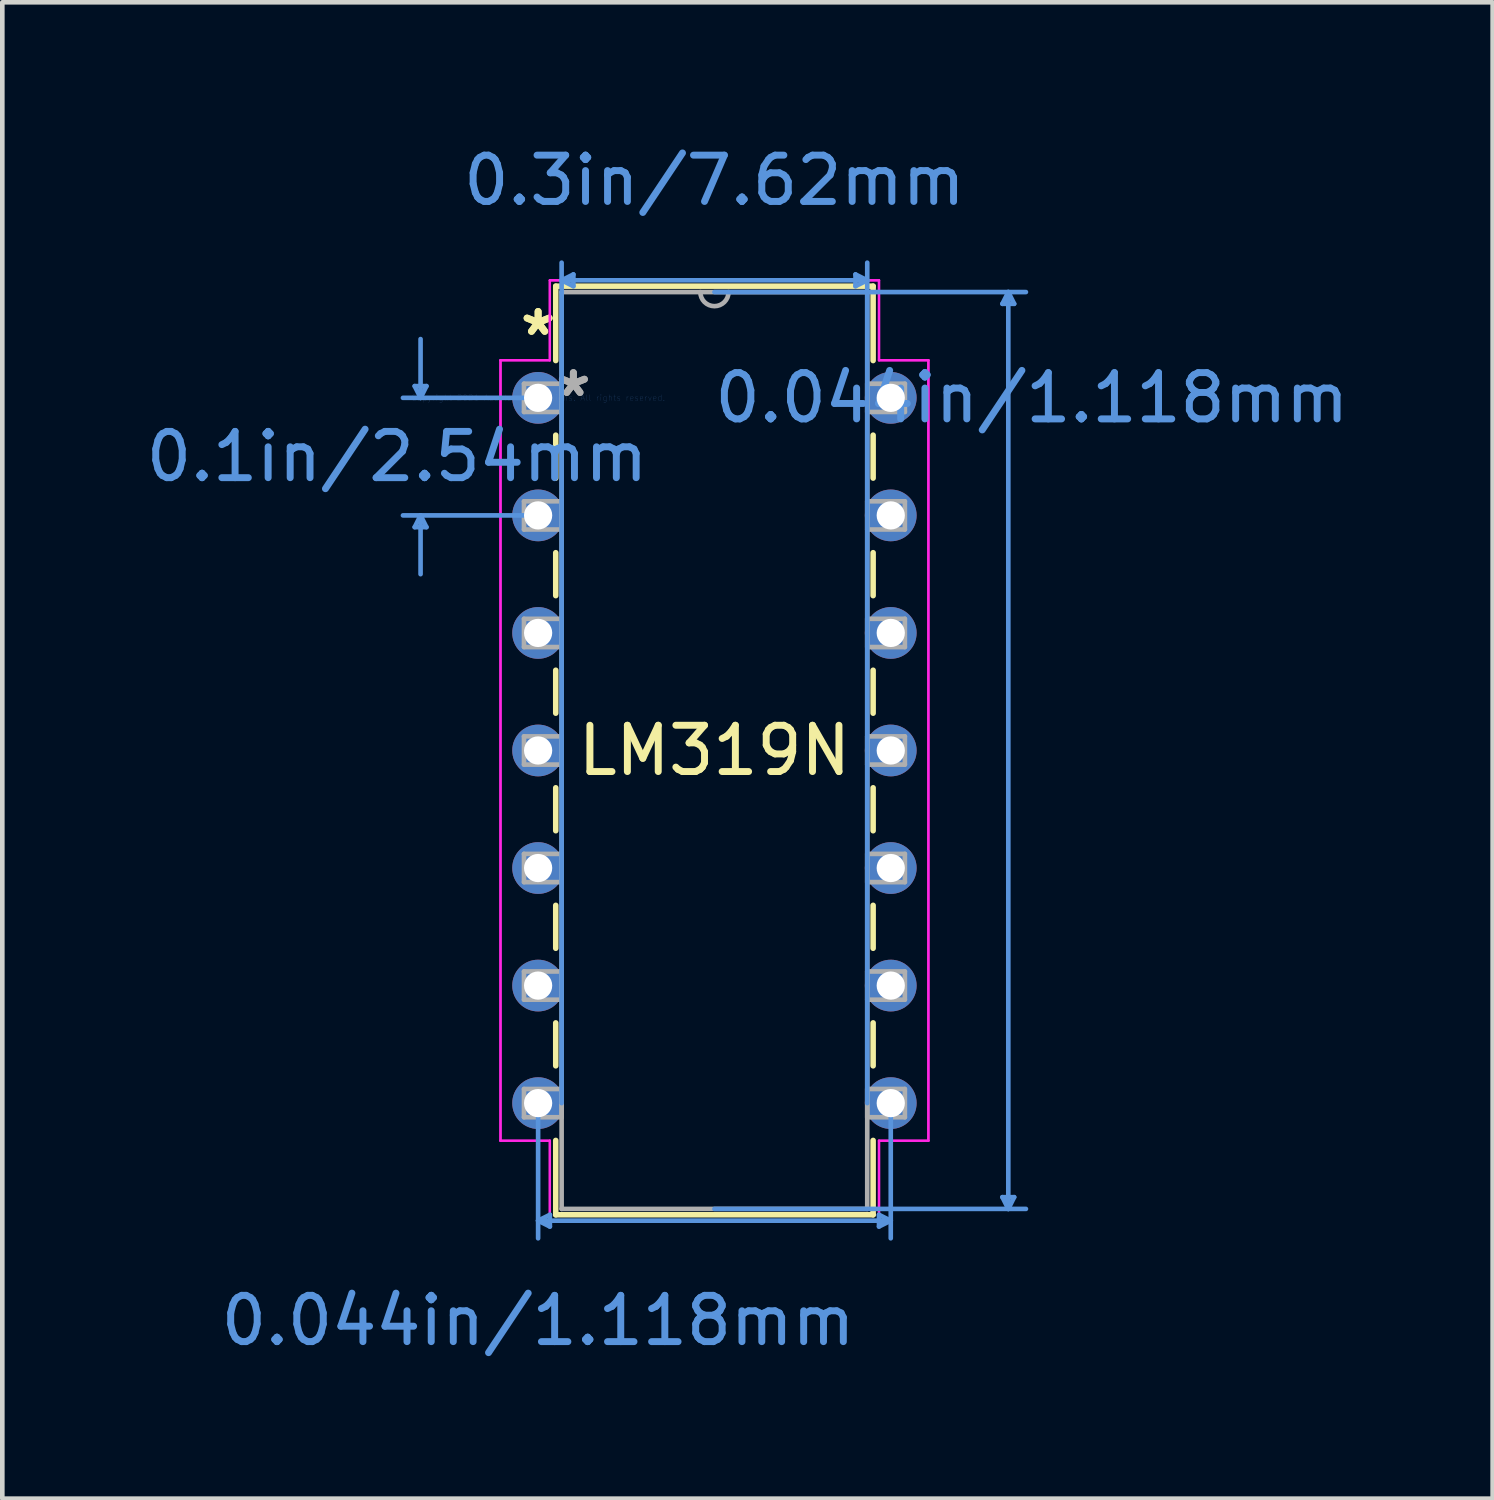
<source format=kicad_pcb>
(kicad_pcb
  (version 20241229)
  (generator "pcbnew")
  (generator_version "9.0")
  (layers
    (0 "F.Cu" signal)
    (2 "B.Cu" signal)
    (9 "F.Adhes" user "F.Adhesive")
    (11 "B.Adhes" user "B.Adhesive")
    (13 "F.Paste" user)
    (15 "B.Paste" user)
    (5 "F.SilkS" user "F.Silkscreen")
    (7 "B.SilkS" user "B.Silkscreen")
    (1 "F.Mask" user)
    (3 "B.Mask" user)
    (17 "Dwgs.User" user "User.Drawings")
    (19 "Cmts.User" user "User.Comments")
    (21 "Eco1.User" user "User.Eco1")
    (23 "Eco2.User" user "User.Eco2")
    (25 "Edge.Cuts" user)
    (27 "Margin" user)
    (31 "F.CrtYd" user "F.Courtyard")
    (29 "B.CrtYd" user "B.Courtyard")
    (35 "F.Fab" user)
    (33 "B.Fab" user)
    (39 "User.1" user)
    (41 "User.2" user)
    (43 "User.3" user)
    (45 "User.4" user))
  (footprint "LM319N"
    (layer "F.Cu")
    (at 8.578 5.547)
    (property "Reference" "LM319N" (at 3.81 7.62 0) (layer "F.SilkS") (effects (font (size 1 1) (thickness 0.15))))
    (attr through_hole)
    (fp_line (start 0.381 -2.413) (end 0.381 -0.806) (stroke (width 0.12) (type solid)) (layer "F.SilkS"))
    (fp_line (start 0.381 0.806) (end 0.381 1.734) (stroke (width 0.12) (type solid)) (layer "F.SilkS"))
    (fp_line (start 0.381 3.346) (end 0.381 4.274) (stroke (width 0.12) (type solid)) (layer "F.SilkS"))
    (fp_line (start 0.381 5.886) (end 0.381 6.814) (stroke (width 0.12) (type solid)) (layer "F.SilkS"))
    (fp_line (start 0.381 8.426) (end 0.381 9.354) (stroke (width 0.12) (type solid)) (layer "F.SilkS"))
    (fp_line (start 0.381 10.966) (end 0.381 11.894) (stroke (width 0.12) (type solid)) (layer "F.SilkS"))
    (fp_line (start 0.381 13.506) (end 0.381 14.434) (stroke (width 0.12) (type solid)) (layer "F.SilkS"))
    (fp_line (start 0.381 16.046) (end 0.381 17.653) (stroke (width 0.12) (type solid)) (layer "F.SilkS"))
    (fp_line (start 0.381 17.653) (end 7.239 17.653) (stroke (width 0.12) (type solid)) (layer "F.SilkS"))
    (fp_line (start 7.239 -2.413) (end 0.381 -2.413) (stroke (width 0.12) (type solid)) (layer "F.SilkS"))
    (fp_line (start 7.239 -0.806) (end 7.239 -2.413) (stroke (width 0.12) (type solid)) (layer "F.SilkS"))
    (fp_line (start 7.239 1.734) (end 7.239 0.806) (stroke (width 0.12) (type solid)) (layer "F.SilkS"))
    (fp_line (start 7.239 4.274) (end 7.239 3.346) (stroke (width 0.12) (type solid)) (layer "F.SilkS"))
    (fp_line (start 7.239 6.814) (end 7.239 5.886) (stroke (width 0.12) (type solid)) (layer "F.SilkS"))
    (fp_line (start 7.239 9.354) (end 7.239 8.426) (stroke (width 0.12) (type solid)) (layer "F.SilkS"))
    (fp_line (start 7.239 11.894) (end 7.239 10.966) (stroke (width 0.12) (type solid)) (layer "F.SilkS"))
    (fp_line (start 7.239 14.434) (end 7.239 13.506) (stroke (width 0.12) (type solid)) (layer "F.SilkS"))
    (fp_line (start 7.239 17.653) (end 7.239 16.046) (stroke (width 0.12) (type solid)) (layer "F.SilkS"))
    (fp_line (start -2.667 -0.254) (end -2.413 -0.254) (stroke (width 0.1) (type solid)) (layer "Cmts.User"))
    (fp_line (start -2.667 2.794) (end -2.413 2.794) (stroke (width 0.1) (type solid)) (layer "Cmts.User"))
    (fp_line (start -2.54 0) (end -2.667 -0.254) (stroke (width 0.1) (type solid)) (layer "Cmts.User"))
    (fp_line (start -2.54 0) (end -2.54 -1.27) (stroke (width 0.1) (type solid)) (layer "Cmts.User"))
    (fp_line (start -2.54 0) (end -2.413 -0.254) (stroke (width 0.1) (type solid)) (layer "Cmts.User"))
    (fp_line (start -2.54 2.54) (end -2.667 2.794) (stroke (width 0.1) (type solid)) (layer "Cmts.User"))
    (fp_line (start -2.54 2.54) (end -2.54 3.81) (stroke (width 0.1) (type solid)) (layer "Cmts.User"))
    (fp_line (start -2.54 2.54) (end -2.413 2.794) (stroke (width 0.1) (type solid)) (layer "Cmts.User"))
    (fp_line (start 0 0) (end -2.921 0) (stroke (width 0.1) (type solid)) (layer "Cmts.User"))
    (fp_line (start 0 2.54) (end -2.921 2.54) (stroke (width 0.1) (type solid)) (layer "Cmts.User"))
    (fp_line (start 0 15.24) (end 0 18.161) (stroke (width 0.1) (type solid)) (layer "Cmts.User"))
    (fp_line (start 0 17.78) (end 0.254 17.653) (stroke (width 0.1) (type solid)) (layer "Cmts.User"))
    (fp_line (start 0 17.78) (end 0.254 17.907) (stroke (width 0.1) (type solid)) (layer "Cmts.User"))
    (fp_line (start 0 17.78) (end 7.62 17.78) (stroke (width 0.1) (type solid)) (layer "Cmts.User"))
    (fp_line (start 0.254 17.653) (end 0.254 17.907) (stroke (width 0.1) (type solid)) (layer "Cmts.User"))
    (fp_line (start 0.508 -2.54) (end 0.762 -2.667) (stroke (width 0.1) (type solid)) (layer "Cmts.User"))
    (fp_line (start 0.508 -2.54) (end 0.762 -2.413) (stroke (width 0.1) (type solid)) (layer "Cmts.User"))
    (fp_line (start 0.508 -2.54) (end 7.112 -2.54) (stroke (width 0.1) (type solid)) (layer "Cmts.User"))
    (fp_line (start 0.508 15.24) (end 0.508 -2.921) (stroke (width 0.1) (type solid)) (layer "Cmts.User"))
    (fp_line (start 0.762 -2.667) (end 0.762 -2.413) (stroke (width 0.1) (type solid)) (layer "Cmts.User"))
    (fp_line (start 3.81 -2.286) (end 10.541 -2.286) (stroke (width 0.1) (type solid)) (layer "Cmts.User"))
    (fp_line (start 3.81 17.526) (end 10.541 17.526) (stroke (width 0.1) (type solid)) (layer "Cmts.User"))
    (fp_line (start 6.858 -2.667) (end 6.858 -2.413) (stroke (width 0.1) (type solid)) (layer "Cmts.User"))
    (fp_line (start 7.112 -2.54) (end 6.858 -2.667) (stroke (width 0.1) (type solid)) (layer "Cmts.User"))
    (fp_line (start 7.112 -2.54) (end 6.858 -2.413) (stroke (width 0.1) (type solid)) (layer "Cmts.User"))
    (fp_line (start 7.112 15.24) (end 7.112 -2.921) (stroke (width 0.1) (type solid)) (layer "Cmts.User"))
    (fp_line (start 7.366 17.653) (end 7.366 17.907) (stroke (width 0.1) (type solid)) (layer "Cmts.User"))
    (fp_line (start 7.62 15.24) (end 7.62 18.161) (stroke (width 0.1) (type solid)) (layer "Cmts.User"))
    (fp_line (start 7.62 17.78) (end 7.366 17.653) (stroke (width 0.1) (type solid)) (layer "Cmts.User"))
    (fp_line (start 7.62 17.78) (end 7.366 17.907) (stroke (width 0.1) (type solid)) (layer "Cmts.User"))
    (fp_line (start 10.033 -2.032) (end 10.287 -2.032) (stroke (width 0.1) (type solid)) (layer "Cmts.User"))
    (fp_line (start 10.033 17.272) (end 10.287 17.272) (stroke (width 0.1) (type solid)) (layer "Cmts.User"))
    (fp_line (start 10.16 -2.286) (end 10.033 -2.032) (stroke (width 0.1) (type solid)) (layer "Cmts.User"))
    (fp_line (start 10.16 -2.286) (end 10.16 17.526) (stroke (width 0.1) (type solid)) (layer "Cmts.User"))
    (fp_line (start 10.16 -2.286) (end 10.287 -2.032) (stroke (width 0.1) (type solid)) (layer "Cmts.User"))
    (fp_line (start 10.16 17.526) (end 10.033 17.272) (stroke (width 0.1) (type solid)) (layer "Cmts.User"))
    (fp_line (start 10.16 17.526) (end 10.287 17.272) (stroke (width 0.1) (type solid)) (layer "Cmts.User"))
    (fp_line (start -0.813 -0.813) (end -0.813 16.053) (stroke (width 0.05) (type solid)) (layer "F.CrtYd"))
    (fp_line (start -0.813 -0.813) (end 0.254 -0.813) (stroke (width 0.05) (type solid)) (layer "F.CrtYd"))
    (fp_line (start -0.813 16.053) (end -0.813 -0.813) (stroke (width 0.05) (type solid)) (layer "F.CrtYd"))
    (fp_line (start -0.813 16.053) (end 0.254 16.053) (stroke (width 0.05) (type solid)) (layer "F.CrtYd"))
    (fp_line (start 0.254 -2.54) (end 0.254 -0.813) (stroke (width 0.05) (type solid)) (layer "F.CrtYd"))
    (fp_line (start 0.254 -2.54) (end 7.366 -2.54) (stroke (width 0.05) (type solid)) (layer "F.CrtYd"))
    (fp_line (start 0.254 -0.813) (end -0.813 -0.813) (stroke (width 0.05) (type solid)) (layer "F.CrtYd"))
    (fp_line (start 0.254 -0.813) (end 0.254 -2.54) (stroke (width 0.05) (type solid)) (layer "F.CrtYd"))
    (fp_line (start 0.254 16.053) (end -0.813 16.053) (stroke (width 0.05) (type solid)) (layer "F.CrtYd"))
    (fp_line (start 0.254 16.053) (end 0.254 17.78) (stroke (width 0.05) (type solid)) (layer "F.CrtYd"))
    (fp_line (start 0.254 17.78) (end 0.254 16.053) (stroke (width 0.05) (type solid)) (layer "F.CrtYd"))
    (fp_line (start 0.254 17.78) (end 7.366 17.78) (stroke (width 0.05) (type solid)) (layer "F.CrtYd"))
    (fp_line (start 7.366 -2.54) (end 0.254 -2.54) (stroke (width 0.05) (type solid)) (layer "F.CrtYd"))
    (fp_line (start 7.366 -2.54) (end 7.366 -0.813) (stroke (width 0.05) (type solid)) (layer "F.CrtYd"))
    (fp_line (start 7.366 -0.813) (end 7.366 -2.54) (stroke (width 0.05) (type solid)) (layer "F.CrtYd"))
    (fp_line (start 7.366 16.053) (end 7.366 17.78) (stroke (width 0.05) (type solid)) (layer "F.CrtYd"))
    (fp_line (start 7.366 16.053) (end 8.433 16.053) (stroke (width 0.05) (type solid)) (layer "F.CrtYd"))
    (fp_line (start 7.366 17.78) (end 0.254 17.78) (stroke (width 0.05) (type solid)) (layer "F.CrtYd"))
    (fp_line (start 7.366 17.78) (end 7.366 16.053) (stroke (width 0.05) (type solid)) (layer "F.CrtYd"))
    (fp_line (start 8.433 -0.813) (end 7.366 -0.813) (stroke (width 0.05) (type solid)) (layer "F.CrtYd"))
    (fp_line (start 8.433 -0.813) (end 7.366 -0.813) (stroke (width 0.05) (type solid)) (layer "F.CrtYd"))
    (fp_line (start 8.433 -0.813) (end 8.433 16.053) (stroke (width 0.05) (type solid)) (layer "F.CrtYd"))
    (fp_line (start 8.433 16.053) (end 7.366 16.053) (stroke (width 0.05) (type solid)) (layer "F.CrtYd"))
    (fp_line (start 8.433 16.053) (end 8.433 -0.813) (stroke (width 0.05) (type solid)) (layer "F.CrtYd"))
    (fp_line (start -0.305 -0.305) (end -0.305 0.305) (stroke (width 0.1) (type solid)) (layer "F.Fab"))
    (fp_line (start -0.305 0.305) (end 0.508 0.305) (stroke (width 0.1) (type solid)) (layer "F.Fab"))
    (fp_line (start -0.305 2.235) (end -0.305 2.845) (stroke (width 0.1) (type solid)) (layer "F.Fab"))
    (fp_line (start -0.305 2.845) (end 0.508 2.845) (stroke (width 0.1) (type solid)) (layer "F.Fab"))
    (fp_line (start -0.305 4.775) (end -0.305 5.385) (stroke (width 0.1) (type solid)) (layer "F.Fab"))
    (fp_line (start -0.305 5.385) (end 0.508 5.385) (stroke (width 0.1) (type solid)) (layer "F.Fab"))
    (fp_line (start -0.305 7.315) (end -0.305 7.925) (stroke (width 0.1) (type solid)) (layer "F.Fab"))
    (fp_line (start -0.305 7.925) (end 0.508 7.925) (stroke (width 0.1) (type solid)) (layer "F.Fab"))
    (fp_line (start -0.305 9.855) (end -0.305 10.465) (stroke (width 0.1) (type solid)) (layer "F.Fab"))
    (fp_line (start -0.305 10.465) (end 0.508 10.465) (stroke (width 0.1) (type solid)) (layer "F.Fab"))
    (fp_line (start -0.305 12.395) (end -0.305 13.005) (stroke (width 0.1) (type solid)) (layer "F.Fab"))
    (fp_line (start -0.305 13.005) (end 0.508 13.005) (stroke (width 0.1) (type solid)) (layer "F.Fab"))
    (fp_line (start -0.305 14.935) (end -0.305 15.545) (stroke (width 0.1) (type solid)) (layer "F.Fab"))
    (fp_line (start -0.305 15.545) (end 0.508 15.545) (stroke (width 0.1) (type solid)) (layer "F.Fab"))
    (fp_line (start 0.508 -2.286) (end 0.508 17.526) (stroke (width 0.1) (type solid)) (layer "F.Fab"))
    (fp_line (start 0.508 -0.305) (end -0.305 -0.305) (stroke (width 0.1) (type solid)) (layer "F.Fab"))
    (fp_line (start 0.508 0.305) (end 0.508 -0.305) (stroke (width 0.1) (type solid)) (layer "F.Fab"))
    (fp_line (start 0.508 2.235) (end -0.305 2.235) (stroke (width 0.1) (type solid)) (layer "F.Fab"))
    (fp_line (start 0.508 2.845) (end 0.508 2.235) (stroke (width 0.1) (type solid)) (layer "F.Fab"))
    (fp_line (start 0.508 4.775) (end -0.305 4.775) (stroke (width 0.1) (type solid)) (layer "F.Fab"))
    (fp_line (start 0.508 5.385) (end 0.508 4.775) (stroke (width 0.1) (type solid)) (layer "F.Fab"))
    (fp_line (start 0.508 7.315) (end -0.305 7.315) (stroke (width 0.1) (type solid)) (layer "F.Fab"))
    (fp_line (start 0.508 7.925) (end 0.508 7.315) (stroke (width 0.1) (type solid)) (layer "F.Fab"))
    (fp_line (start 0.508 9.855) (end -0.305 9.855) (stroke (width 0.1) (type solid)) (layer "F.Fab"))
    (fp_line (start 0.508 10.465) (end 0.508 9.855) (stroke (width 0.1) (type solid)) (layer "F.Fab"))
    (fp_line (start 0.508 12.395) (end -0.305 12.395) (stroke (width 0.1) (type solid)) (layer "F.Fab"))
    (fp_line (start 0.508 13.005) (end 0.508 12.395) (stroke (width 0.1) (type solid)) (layer "F.Fab"))
    (fp_line (start 0.508 14.935) (end -0.305 14.935) (stroke (width 0.1) (type solid)) (layer "F.Fab"))
    (fp_line (start 0.508 15.545) (end 0.508 14.935) (stroke (width 0.1) (type solid)) (layer "F.Fab"))
    (fp_line (start 0.508 17.526) (end 7.112 17.526) (stroke (width 0.1) (type solid)) (layer "F.Fab"))
    (fp_line (start 7.112 -2.286) (end 0.508 -2.286) (stroke (width 0.1) (type solid)) (layer "F.Fab"))
    (fp_line (start 7.112 -0.305) (end 7.112 0.305) (stroke (width 0.1) (type solid)) (layer "F.Fab"))
    (fp_line (start 7.112 0.305) (end 7.925 0.305) (stroke (width 0.1) (type solid)) (layer "F.Fab"))
    (fp_line (start 7.112 2.235) (end 7.112 2.845) (stroke (width 0.1) (type solid)) (layer "F.Fab"))
    (fp_line (start 7.112 2.845) (end 7.925 2.845) (stroke (width 0.1) (type solid)) (layer "F.Fab"))
    (fp_line (start 7.112 4.775) (end 7.112 5.385) (stroke (width 0.1) (type solid)) (layer "F.Fab"))
    (fp_line (start 7.112 5.385) (end 7.925 5.385) (stroke (width 0.1) (type solid)) (layer "F.Fab"))
    (fp_line (start 7.112 7.315) (end 7.112 7.925) (stroke (width 0.1) (type solid)) (layer "F.Fab"))
    (fp_line (start 7.112 7.925) (end 7.925 7.925) (stroke (width 0.1) (type solid)) (layer "F.Fab"))
    (fp_line (start 7.112 9.855) (end 7.112 10.465) (stroke (width 0.1) (type solid)) (layer "F.Fab"))
    (fp_line (start 7.112 10.465) (end 7.925 10.465) (stroke (width 0.1) (type solid)) (layer "F.Fab"))
    (fp_line (start 7.112 12.395) (end 7.112 13.005) (stroke (width 0.1) (type solid)) (layer "F.Fab"))
    (fp_line (start 7.112 13.005) (end 7.925 13.005) (stroke (width 0.1) (type solid)) (layer "F.Fab"))
    (fp_line (start 7.112 14.935) (end 7.112 15.545) (stroke (width 0.1) (type solid)) (layer "F.Fab"))
    (fp_line (start 7.112 15.545) (end 7.925 15.545) (stroke (width 0.1) (type solid)) (layer "F.Fab"))
    (fp_line (start 7.112 17.526) (end 7.112 -2.286) (stroke (width 0.1) (type solid)) (layer "F.Fab"))
    (fp_line (start 7.925 -0.305) (end 7.112 -0.305) (stroke (width 0.1) (type solid)) (layer "F.Fab"))
    (fp_line (start 7.925 0.305) (end 7.925 -0.305) (stroke (width 0.1) (type solid)) (layer "F.Fab"))
    (fp_line (start 7.925 2.235) (end 7.112 2.235) (stroke (width 0.1) (type solid)) (layer "F.Fab"))
    (fp_line (start 7.925 2.845) (end 7.925 2.235) (stroke (width 0.1) (type solid)) (layer "F.Fab"))
    (fp_line (start 7.925 4.775) (end 7.112 4.775) (stroke (width 0.1) (type solid)) (layer "F.Fab"))
    (fp_line (start 7.925 5.385) (end 7.925 4.775) (stroke (width 0.1) (type solid)) (layer "F.Fab"))
    (fp_line (start 7.925 7.315) (end 7.112 7.315) (stroke (width 0.1) (type solid)) (layer "F.Fab"))
    (fp_line (start 7.925 7.925) (end 7.925 7.315) (stroke (width 0.1) (type solid)) (layer "F.Fab"))
    (fp_line (start 7.925 9.855) (end 7.112 9.855) (stroke (width 0.1) (type solid)) (layer "F.Fab"))
    (fp_line (start 7.925 10.465) (end 7.925 9.855) (stroke (width 0.1) (type solid)) (layer "F.Fab"))
    (fp_line (start 7.925 12.395) (end 7.112 12.395) (stroke (width 0.1) (type solid)) (layer "F.Fab"))
    (fp_line (start 7.925 13.005) (end 7.925 12.395) (stroke (width 0.1) (type solid)) (layer "F.Fab"))
    (fp_line (start 7.925 14.935) (end 7.112 14.935) (stroke (width 0.1) (type solid)) (layer "F.Fab"))
    (fp_line (start 7.925 15.545) (end 7.925 14.935) (stroke (width 0.1) (type solid)) (layer "F.Fab"))
    (fp_arc (start 4.1148 -2.286) (mid 3.81 -1.9812) (end 3.5052 -2.286) (stroke (width 0.1) (type solid)) (layer "F.Fab"))
    (fp_text user "*" (at 0 -1.321 0) (layer "F.SilkS") (effects (font (size 1 1) (thickness 0.15))))
    (fp_text user "*" (at 0 -1.321 0) (layer "F.SilkS") (effects (font (size 1 1) (thickness 0.15))))
    (fp_text user "0.3in/7.62mm" (at 3.81 -4.699 0) (layer "Cmts.User") (effects (font (size 1 1) (thickness 0.15))))
    (fp_text user "0.1in/2.54mm" (at -3.048 1.27 0) (layer "Cmts.User") (effects (font (size 1 1) (thickness 0.15))))
    (fp_text user "0.044in/1.118mm" (at 10.668 0 0) (layer "Cmts.User") (effects (font (size 1 1) (thickness 0.15))))
    (fp_text user "0.044in/1.118mm" (at 0 19.939 0) (layer "Cmts.User") (effects (font (size 1 1) (thickness 0.15))))
    (fp_text user "Copyright 2021 Accelerated Designs. All rights reserved." (at 0 0 0) (layer "Cmts.User") (effects (font (size 0.127 0.127) (thickness 0.002))))
    (fp_text user "*" (at 0.762 0 0) (layer "F.Fab") (effects (font (size 1 1) (thickness 0.15))))
    (fp_text user "*" (at 0.762 0 0) (layer "F.Fab") (effects (font (size 1 1) (thickness 0.15))))
    (pad "1" thru_hole circle (at 0 0) (size 1.118 1.118) (drill 0.61) (layers "*.Cu" "*.Mask"))
    (pad "2" thru_hole circle (at 0 2.54) (size 1.118 1.118) (drill 0.61) (layers "*.Cu" "*.Mask"))
    (pad "3" thru_hole circle (at 0 5.08) (size 1.118 1.118) (drill 0.61) (layers "*.Cu" "*.Mask"))
    (pad "4" thru_hole circle (at 0 7.62) (size 1.118 1.118) (drill 0.61) (layers "*.Cu" "*.Mask"))
    (pad "5" thru_hole circle (at 0 10.16) (size 1.118 1.118) (drill 0.61) (layers "*.Cu" "*.Mask"))
    (pad "6" thru_hole circle (at 0 12.7) (size 1.118 1.118) (drill 0.61) (layers "*.Cu" "*.Mask"))
    (pad "7" thru_hole circle (at 0 15.24) (size 1.118 1.118) (drill 0.61) (layers "*.Cu" "*.Mask"))
    (pad "8" thru_hole circle (at 7.62 15.24) (size 1.118 1.118) (drill 0.61) (layers "*.Cu" "*.Mask"))
    (pad "9" thru_hole circle (at 7.62 12.7) (size 1.118 1.118) (drill 0.61) (layers "*.Cu" "*.Mask"))
    (pad "10" thru_hole circle (at 7.62 10.16) (size 1.118 1.118) (drill 0.61) (layers "*.Cu" "*.Mask"))
    (pad "11" thru_hole circle (at 7.62 7.62) (size 1.118 1.118) (drill 0.61) (layers "*.Cu" "*.Mask"))
    (pad "12" thru_hole circle (at 7.62 5.08) (size 1.118 1.118) (drill 0.61) (layers "*.Cu" "*.Mask"))
    (pad "13" thru_hole circle (at 7.62 2.54) (size 1.118 1.118) (drill 0.61) (layers "*.Cu" "*.Mask"))
    (pad "14" thru_hole circle (at 7.62 0) (size 1.118 1.118) (drill 0.61) (layers "*.Cu" "*.Mask")))
  (gr_rect
    (start -3 -3)
    (end 29.204 29.334)
    (stroke (width 0.1) (type default))
    (fill no)
    (layer "Edge.Cuts")))
</source>
